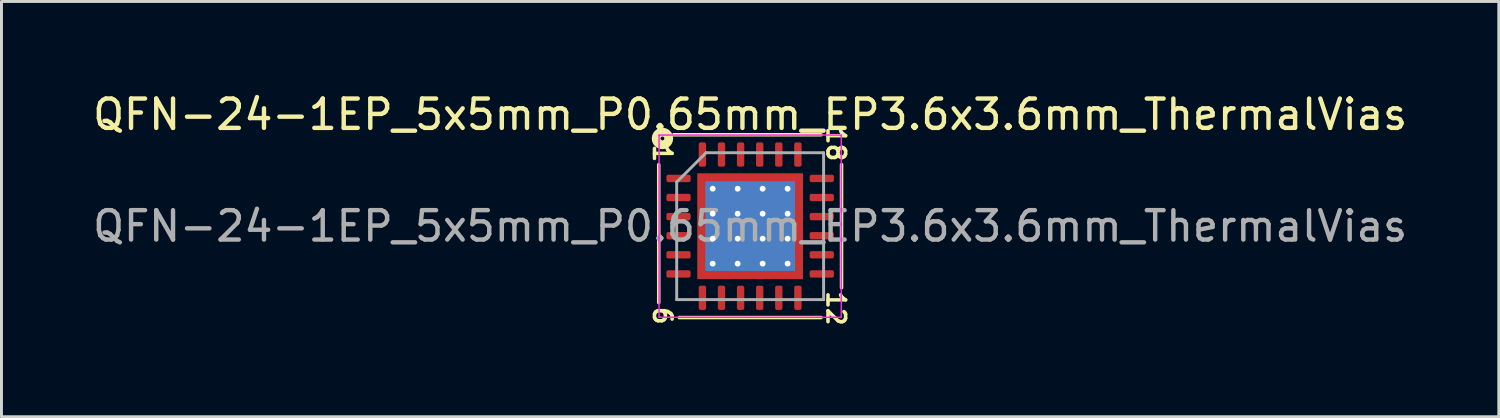
<source format=kicad_pcb>
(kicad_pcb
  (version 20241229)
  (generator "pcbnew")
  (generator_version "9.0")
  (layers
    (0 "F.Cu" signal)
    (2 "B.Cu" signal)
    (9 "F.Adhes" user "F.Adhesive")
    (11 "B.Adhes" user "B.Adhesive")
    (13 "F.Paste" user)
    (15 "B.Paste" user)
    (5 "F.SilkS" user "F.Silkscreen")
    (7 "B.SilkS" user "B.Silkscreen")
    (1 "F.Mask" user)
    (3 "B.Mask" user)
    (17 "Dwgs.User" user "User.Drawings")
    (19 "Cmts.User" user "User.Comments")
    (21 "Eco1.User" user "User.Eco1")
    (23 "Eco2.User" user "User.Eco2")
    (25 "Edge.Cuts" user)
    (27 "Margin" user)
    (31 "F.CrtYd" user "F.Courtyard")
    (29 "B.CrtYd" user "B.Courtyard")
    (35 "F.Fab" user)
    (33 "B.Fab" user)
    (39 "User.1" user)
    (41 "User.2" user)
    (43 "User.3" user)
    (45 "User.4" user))
  (footprint "QFN-24-1EP_5x5mm_P0.65mm_EP3.6x3.6mm_ThermalVias"
    (layer "F.Cu")
    (at 22.482 4.648)
    (property "Reference" "QFN-24-1EP_5x5mm_P0.65mm_EP3.6x3.6mm_ThermalVias" (at 0 -3.8 0) (layer "F.SilkS") (effects (font (size 1 1) (thickness 0.15))))
    (attr smd)
    (fp_line (start -3.111 -2.095) (end -3.111 2.603) (stroke (width 0.12) (type solid)) (layer "F.SilkS"))
    (fp_line (start -2.413 3.111) (end 2.413 3.111) (stroke (width 0.12) (type solid)) (layer "F.SilkS"))
    (fp_line (start 2.413 -3.111) (end -2.603 -3.111) (stroke (width 0.12) (type solid)) (layer "F.SilkS"))
    (fp_line (start 3.111 2.095) (end 3.111 -2.095) (stroke (width 0.12) (type solid)) (layer "F.SilkS"))
    (fp_circle (center -2.985 -2.985) (end -2.921 -2.985) (stroke (width 0.3) (type solid)) (fill no) (layer "F.SilkS"))
    (fp_line (start -3.1 -3.1) (end -3.1 3.1) (stroke (width 0.05) (type solid)) (layer "F.CrtYd"))
    (fp_line (start -3.1 3.1) (end 3.1 3.1) (stroke (width 0.05) (type solid)) (layer "F.CrtYd"))
    (fp_line (start 3.1 -3.1) (end -3.1 -3.1) (stroke (width 0.05) (type solid)) (layer "F.CrtYd"))
    (fp_line (start 3.1 3.1) (end 3.1 -3.1) (stroke (width 0.05) (type solid)) (layer "F.CrtYd"))
    (fp_line (start -2.5 -1.5) (end -1.5 -2.5) (stroke (width 0.1) (type solid)) (layer "F.Fab"))
    (fp_line (start -2.5 2.5) (end -2.5 -1.5) (stroke (width 0.1) (type solid)) (layer "F.Fab"))
    (fp_line (start -1.5 -2.5) (end 2.5 -2.5) (stroke (width 0.1) (type solid)) (layer "F.Fab"))
    (fp_line (start 2.5 -2.5) (end 2.5 2.5) (stroke (width 0.1) (type solid)) (layer "F.Fab"))
    (fp_line (start 2.5 2.5) (end -2.5 2.5) (stroke (width 0.1) (type solid)) (layer "F.Fab"))
    (fp_text user "6" (at -2.985 3.048 270) (unlocked yes) (layer "F.SilkS") (effects (font (size 0.6 0.6) (thickness 0.12))))
    (fp_text user "1" (at -2.985 -2.477 270) (unlocked yes) (layer "F.SilkS") (effects (font (size 0.6 0.6) (thickness 0.12))))
    (fp_text user "18" (at 2.921 -2.794 270) (unlocked yes) (layer "F.SilkS") (effects (font (size 0.6 0.6) (thickness 0.12))))
    (fp_text user "12" (at 2.921 2.794 270) (unlocked yes) (layer "F.SilkS") (effects (font (size 0.6 0.6) (thickness 0.12))))
    (fp_text user "${REFERENCE}" (at 0 0 0) (layer "F.Fab") (effects (font (size 1 1) (thickness 0.15))))
    (pad "" smd custom (at -1.538 -1.538) (size 0.295 0.295) (layers "F.Paste") (options (anchor circle)) (primitives (gr_poly (pts (xy -0.106 -0.106) (xy 0.106 -0.106) (xy 0.106 -0.013) (xy -0.013 0.106) (xy -0.106 0.106)) (width 0.212) (fill yes))))
    (pad "" smd custom (at -1.538 -0.85) (size 0.317 0.317) (layers "F.Paste") (options (anchor circle)) (primitives (gr_poly (pts (xy -0.106 -0.237) (xy 0.018 -0.237) (xy 0.106 -0.149) (xy 0.106 0.149) (xy 0.018 0.237) (xy -0.106 0.237)) (width 0.212) (fill yes))))
    (pad "" smd custom (at -1.538 0) (size 0.317 0.317) (layers "F.Paste") (options (anchor circle)) (primitives (gr_poly (pts (xy -0.106 -0.237) (xy 0.018 -0.237) (xy 0.106 -0.149) (xy 0.106 0.149) (xy 0.018 0.237) (xy -0.106 0.237)) (width 0.212) (fill yes))))
    (pad "" smd custom (at -1.538 0.85) (size 0.317 0.317) (layers "F.Paste") (options (anchor circle)) (primitives (gr_poly (pts (xy -0.106 -0.237) (xy 0.018 -0.237) (xy 0.106 -0.149) (xy 0.106 0.149) (xy 0.018 0.237) (xy -0.106 0.237)) (width 0.212) (fill yes))))
    (pad "" smd custom (at -1.538 1.538) (size 0.295 0.295) (layers "F.Paste") (options (anchor circle)) (primitives (gr_poly (pts (xy -0.106 -0.106) (xy -0.013 -0.106) (xy 0.106 0.013) (xy 0.106 0.106) (xy -0.106 0.106)) (width 0.212) (fill yes))))
    (pad "" smd custom (at -0.85 -1.538) (size 0.317 0.317) (layers "F.Paste") (options (anchor circle)) (primitives (gr_poly (pts (xy -0.237 -0.106) (xy 0.237 -0.106) (xy 0.237 0.018) (xy 0.149 0.106) (xy -0.149 0.106) (xy -0.237 0.018)) (width 0.212) (fill yes))))
    (pad "" smd custom (at -0.85 -0.85) (size 0.602 0.602) (layers "F.Paste") (options (anchor circle)) (primitives (gr_poly (pts (xy -0.259 -0.19) (xy -0.19 -0.259) (xy 0.19 -0.259) (xy 0.259 -0.19) (xy 0.259 0.19) (xy 0.19 0.259) (xy -0.19 0.259) (xy -0.259 0.19)) (width 0.167) (fill yes))))
    (pad "" smd custom (at -0.85 0) (size 0.602 0.602) (layers "F.Paste") (options (anchor circle)) (primitives (gr_poly (pts (xy -0.259 -0.19) (xy -0.19 -0.259) (xy 0.19 -0.259) (xy 0.259 -0.19) (xy 0.259 0.19) (xy 0.19 0.259) (xy -0.19 0.259) (xy -0.259 0.19)) (width 0.167) (fill yes))))
    (pad "" smd custom (at -0.85 0.85) (size 0.602 0.602) (layers "F.Paste") (options (anchor circle)) (primitives (gr_poly (pts (xy -0.259 -0.19) (xy -0.19 -0.259) (xy 0.19 -0.259) (xy 0.259 -0.19) (xy 0.259 0.19) (xy 0.19 0.259) (xy -0.19 0.259) (xy -0.259 0.19)) (width 0.167) (fill yes))))
    (pad "" smd custom (at -0.85 1.538) (size 0.317 0.317) (layers "F.Paste") (options (anchor circle)) (primitives (gr_poly (pts (xy -0.237 -0.018) (xy -0.149 -0.106) (xy 0.149 -0.106) (xy 0.237 -0.018) (xy 0.237 0.106) (xy -0.237 0.106)) (width 0.212) (fill yes))))
    (pad "" smd custom (at 0 -1.538) (size 0.317 0.317) (layers "F.Paste") (options (anchor circle)) (primitives (gr_poly (pts (xy -0.237 -0.106) (xy 0.237 -0.106) (xy 0.237 0.018) (xy 0.149 0.106) (xy -0.149 0.106) (xy -0.237 0.018)) (width 0.212) (fill yes))))
    (pad "" smd custom (at 0 -0.85) (size 0.602 0.602) (layers "F.Paste") (options (anchor circle)) (primitives (gr_poly (pts (xy -0.259 -0.19) (xy -0.19 -0.259) (xy 0.19 -0.259) (xy 0.259 -0.19) (xy 0.259 0.19) (xy 0.19 0.259) (xy -0.19 0.259) (xy -0.259 0.19)) (width 0.167) (fill yes))))
    (pad "" smd custom (at 0 0) (size 0.602 0.602) (layers "F.Paste") (options (anchor circle)) (primitives (gr_poly (pts (xy -0.259 -0.19) (xy -0.19 -0.259) (xy 0.19 -0.259) (xy 0.259 -0.19) (xy 0.259 0.19) (xy 0.19 0.259) (xy -0.19 0.259) (xy -0.259 0.19)) (width 0.167) (fill yes))))
    (pad "" smd custom (at 0 0.85) (size 0.602 0.602) (layers "F.Paste") (options (anchor circle)) (primitives (gr_poly (pts (xy -0.259 -0.19) (xy -0.19 -0.259) (xy 0.19 -0.259) (xy 0.259 -0.19) (xy 0.259 0.19) (xy 0.19 0.259) (xy -0.19 0.259) (xy -0.259 0.19)) (width 0.167) (fill yes))))
    (pad "" smd custom (at 0 1.538) (size 0.317 0.317) (layers "F.Paste") (options (anchor circle)) (primitives (gr_poly (pts (xy -0.237 -0.018) (xy -0.149 -0.106) (xy 0.149 -0.106) (xy 0.237 -0.018) (xy 0.237 0.106) (xy -0.237 0.106)) (width 0.212) (fill yes))))
    (pad "" smd custom (at 0.85 -1.538) (size 0.317 0.317) (layers "F.Paste") (options (anchor circle)) (primitives (gr_poly (pts (xy -0.237 -0.106) (xy 0.237 -0.106) (xy 0.237 0.018) (xy 0.149 0.106) (xy -0.149 0.106) (xy -0.237 0.018)) (width 0.212) (fill yes))))
    (pad "" smd custom (at 0.85 -0.85) (size 0.602 0.602) (layers "F.Paste") (options (anchor circle)) (primitives (gr_poly (pts (xy -0.259 -0.19) (xy -0.19 -0.259) (xy 0.19 -0.259) (xy 0.259 -0.19) (xy 0.259 0.19) (xy 0.19 0.259) (xy -0.19 0.259) (xy -0.259 0.19)) (width 0.167) (fill yes))))
    (pad "" smd custom (at 0.85 0) (size 0.602 0.602) (layers "F.Paste") (options (anchor circle)) (primitives (gr_poly (pts (xy -0.259 -0.19) (xy -0.19 -0.259) (xy 0.19 -0.259) (xy 0.259 -0.19) (xy 0.259 0.19) (xy 0.19 0.259) (xy -0.19 0.259) (xy -0.259 0.19)) (width 0.167) (fill yes))))
    (pad "" smd custom (at 0.85 0.85) (size 0.602 0.602) (layers "F.Paste") (options (anchor circle)) (primitives (gr_poly (pts (xy -0.259 -0.19) (xy -0.19 -0.259) (xy 0.19 -0.259) (xy 0.259 -0.19) (xy 0.259 0.19) (xy 0.19 0.259) (xy -0.19 0.259) (xy -0.259 0.19)) (width 0.167) (fill yes))))
    (pad "" smd custom (at 0.85 1.538) (size 0.317 0.317) (layers "F.Paste") (options (anchor circle)) (primitives (gr_poly (pts (xy -0.237 -0.018) (xy -0.149 -0.106) (xy 0.149 -0.106) (xy 0.237 -0.018) (xy 0.237 0.106) (xy -0.237 0.106)) (width 0.212) (fill yes))))
    (pad "" smd custom (at 1.538 -1.538) (size 0.295 0.295) (layers "F.Paste") (options (anchor circle)) (primitives (gr_poly (pts (xy -0.106 -0.106) (xy 0.106 -0.106) (xy 0.106 0.106) (xy 0.013 0.106) (xy -0.106 -0.013)) (width 0.212) (fill yes))))
    (pad "" smd custom (at 1.538 -0.85) (size 0.317 0.317) (layers "F.Paste") (options (anchor circle)) (primitives (gr_poly (pts (xy -0.106 -0.149) (xy -0.018 -0.237) (xy 0.106 -0.237) (xy 0.106 0.237) (xy -0.018 0.237) (xy -0.106 0.149)) (width 0.212) (fill yes))))
    (pad "" smd custom (at 1.538 0) (size 0.317 0.317) (layers "F.Paste") (options (anchor circle)) (primitives (gr_poly (pts (xy -0.106 -0.149) (xy -0.018 -0.237) (xy 0.106 -0.237) (xy 0.106 0.237) (xy -0.018 0.237) (xy -0.106 0.149)) (width 0.212) (fill yes))))
    (pad "" smd custom (at 1.538 0.85) (size 0.317 0.317) (layers "F.Paste") (options (anchor circle)) (primitives (gr_poly (pts (xy -0.106 -0.149) (xy -0.018 -0.237) (xy 0.106 -0.237) (xy 0.106 0.237) (xy -0.018 0.237) (xy -0.106 0.149)) (width 0.212) (fill yes))))
    (pad "" smd custom (at 1.538 1.538) (size 0.295 0.295) (layers "F.Paste") (options (anchor circle)) (primitives (gr_poly (pts (xy -0.106 0.013) (xy 0.013 -0.106) (xy 0.106 -0.106) (xy 0.106 0.106) (xy -0.106 0.106)) (width 0.212) (fill yes))))
    (pad "1" smd roundrect (at -2.438 -1.625) (size 0.825 0.25) (layers "F.Cu" "F.Mask" "F.Paste") (roundrect_rratio 0.25))
    (pad "2" smd roundrect (at -2.438 -0.975) (size 0.825 0.25) (layers "F.Cu" "F.Mask" "F.Paste") (roundrect_rratio 0.25))
    (pad "3" smd roundrect (at -2.438 -0.325) (size 0.825 0.25) (layers "F.Cu" "F.Mask" "F.Paste") (roundrect_rratio 0.25))
    (pad "4" smd roundrect (at -2.438 0.325) (size 0.825 0.25) (layers "F.Cu" "F.Mask" "F.Paste") (roundrect_rratio 0.25))
    (pad "5" smd roundrect (at -2.438 0.975) (size 0.825 0.25) (layers "F.Cu" "F.Mask" "F.Paste") (roundrect_rratio 0.25))
    (pad "6" smd roundrect (at -2.438 1.625) (size 0.825 0.25) (layers "F.Cu" "F.Mask" "F.Paste") (roundrect_rratio 0.25))
    (pad "7" smd roundrect (at -1.625 2.438) (size 0.25 0.825) (layers "F.Cu" "F.Mask" "F.Paste") (roundrect_rratio 0.25))
    (pad "8" smd roundrect (at -0.975 2.438) (size 0.25 0.825) (layers "F.Cu" "F.Mask" "F.Paste") (roundrect_rratio 0.25))
    (pad "9" smd roundrect (at -0.325 2.438) (size 0.25 0.825) (layers "F.Cu" "F.Mask" "F.Paste") (roundrect_rratio 0.25))
    (pad "10" smd roundrect (at 0.325 2.438) (size 0.25 0.825) (layers "F.Cu" "F.Mask" "F.Paste") (roundrect_rratio 0.25))
    (pad "11" smd roundrect (at 0.975 2.438) (size 0.25 0.825) (layers "F.Cu" "F.Mask" "F.Paste") (roundrect_rratio 0.25))
    (pad "12" smd roundrect (at 1.625 2.438) (size 0.25 0.825) (layers "F.Cu" "F.Mask" "F.Paste") (roundrect_rratio 0.25))
    (pad "13" smd roundrect (at 2.438 1.625) (size 0.825 0.25) (layers "F.Cu" "F.Mask" "F.Paste") (roundrect_rratio 0.25))
    (pad "14" smd roundrect (at 2.438 0.975) (size 0.825 0.25) (layers "F.Cu" "F.Mask" "F.Paste") (roundrect_rratio 0.25))
    (pad "15" smd roundrect (at 2.438 0.325) (size 0.825 0.25) (layers "F.Cu" "F.Mask" "F.Paste") (roundrect_rratio 0.25))
    (pad "16" smd roundrect (at 2.438 -0.325) (size 0.825 0.25) (layers "F.Cu" "F.Mask" "F.Paste") (roundrect_rratio 0.25))
    (pad "17" smd roundrect (at 2.438 -0.975) (size 0.825 0.25) (layers "F.Cu" "F.Mask" "F.Paste") (roundrect_rratio 0.25))
    (pad "18" smd roundrect (at 2.438 -1.625) (size 0.825 0.25) (layers "F.Cu" "F.Mask" "F.Paste") (roundrect_rratio 0.25))
    (pad "19" smd roundrect (at 1.625 -2.438) (size 0.25 0.825) (layers "F.Cu" "F.Mask" "F.Paste") (roundrect_rratio 0.25))
    (pad "20" smd roundrect (at 0.975 -2.438) (size 0.25 0.825) (layers "F.Cu" "F.Mask" "F.Paste") (roundrect_rratio 0.25))
    (pad "21" smd roundrect (at 0.325 -2.438) (size 0.25 0.825) (layers "F.Cu" "F.Mask" "F.Paste") (roundrect_rratio 0.25))
    (pad "22" smd roundrect (at -0.325 -2.438) (size 0.25 0.825) (layers "F.Cu" "F.Mask" "F.Paste") (roundrect_rratio 0.25))
    (pad "23" smd roundrect (at -0.975 -2.438) (size 0.25 0.825) (layers "F.Cu" "F.Mask" "F.Paste") (roundrect_rratio 0.25))
    (pad "24" smd roundrect (at -1.625 -2.438) (size 0.25 0.825) (layers "F.Cu" "F.Mask" "F.Paste") (roundrect_rratio 0.25))
    (pad "25" thru_hole circle (at -1.275 -1.275) (size 0.5 0.5) (drill 0.2) (layers "*.Cu"))
    (pad "25" thru_hole circle (at -1.275 -0.425) (size 0.5 0.5) (drill 0.2) (layers "*.Cu"))
    (pad "25" thru_hole circle (at -1.275 0.425) (size 0.5 0.5) (drill 0.2) (layers "*.Cu"))
    (pad "25" thru_hole circle (at -1.275 1.275) (size 0.5 0.5) (drill 0.2) (layers "*.Cu"))
    (pad "25" thru_hole circle (at -0.425 -1.275) (size 0.5 0.5) (drill 0.2) (layers "*.Cu"))
    (pad "25" thru_hole circle (at -0.425 -0.425) (size 0.5 0.5) (drill 0.2) (layers "*.Cu"))
    (pad "25" thru_hole circle (at -0.425 0.425) (size 0.5 0.5) (drill 0.2) (layers "*.Cu"))
    (pad "25" thru_hole circle (at -0.425 1.275) (size 0.5 0.5) (drill 0.2) (layers "*.Cu"))
    (pad "25" smd rect (at 0 0) (size 3.05 3.05) (layers "B.Cu" "B.Mask"))
    (pad "25" smd rect (at 0 0) (size 3.6 3.6) (layers "F.Cu" "F.Mask"))
    (pad "25" thru_hole circle (at 0.425 -1.275) (size 0.5 0.5) (drill 0.2) (layers "*.Cu"))
    (pad "25" thru_hole circle (at 0.425 -0.425) (size 0.5 0.5) (drill 0.2) (layers "*.Cu"))
    (pad "25" thru_hole circle (at 0.425 0.425) (size 0.5 0.5) (drill 0.2) (layers "*.Cu"))
    (pad "25" thru_hole circle (at 0.425 1.275) (size 0.5 0.5) (drill 0.2) (layers "*.Cu"))
    (pad "25" thru_hole circle (at 1.275 -1.275) (size 0.5 0.5) (drill 0.2) (layers "*.Cu"))
    (pad "25" thru_hole circle (at 1.275 -0.425) (size 0.5 0.5) (drill 0.2) (layers "*.Cu"))
    (pad "25" thru_hole circle (at 1.275 0.425) (size 0.5 0.5) (drill 0.2) (layers "*.Cu"))
    (pad "25" thru_hole circle (at 1.275 1.275) (size 0.5 0.5) (drill 0.2) (layers "*.Cu")))
  (gr_rect
    (start -3 -3)
    (end 47.964 11.134)
    (stroke (width 0.1) (type default))
    (fill no)
    (layer "Edge.Cuts")))
</source>
